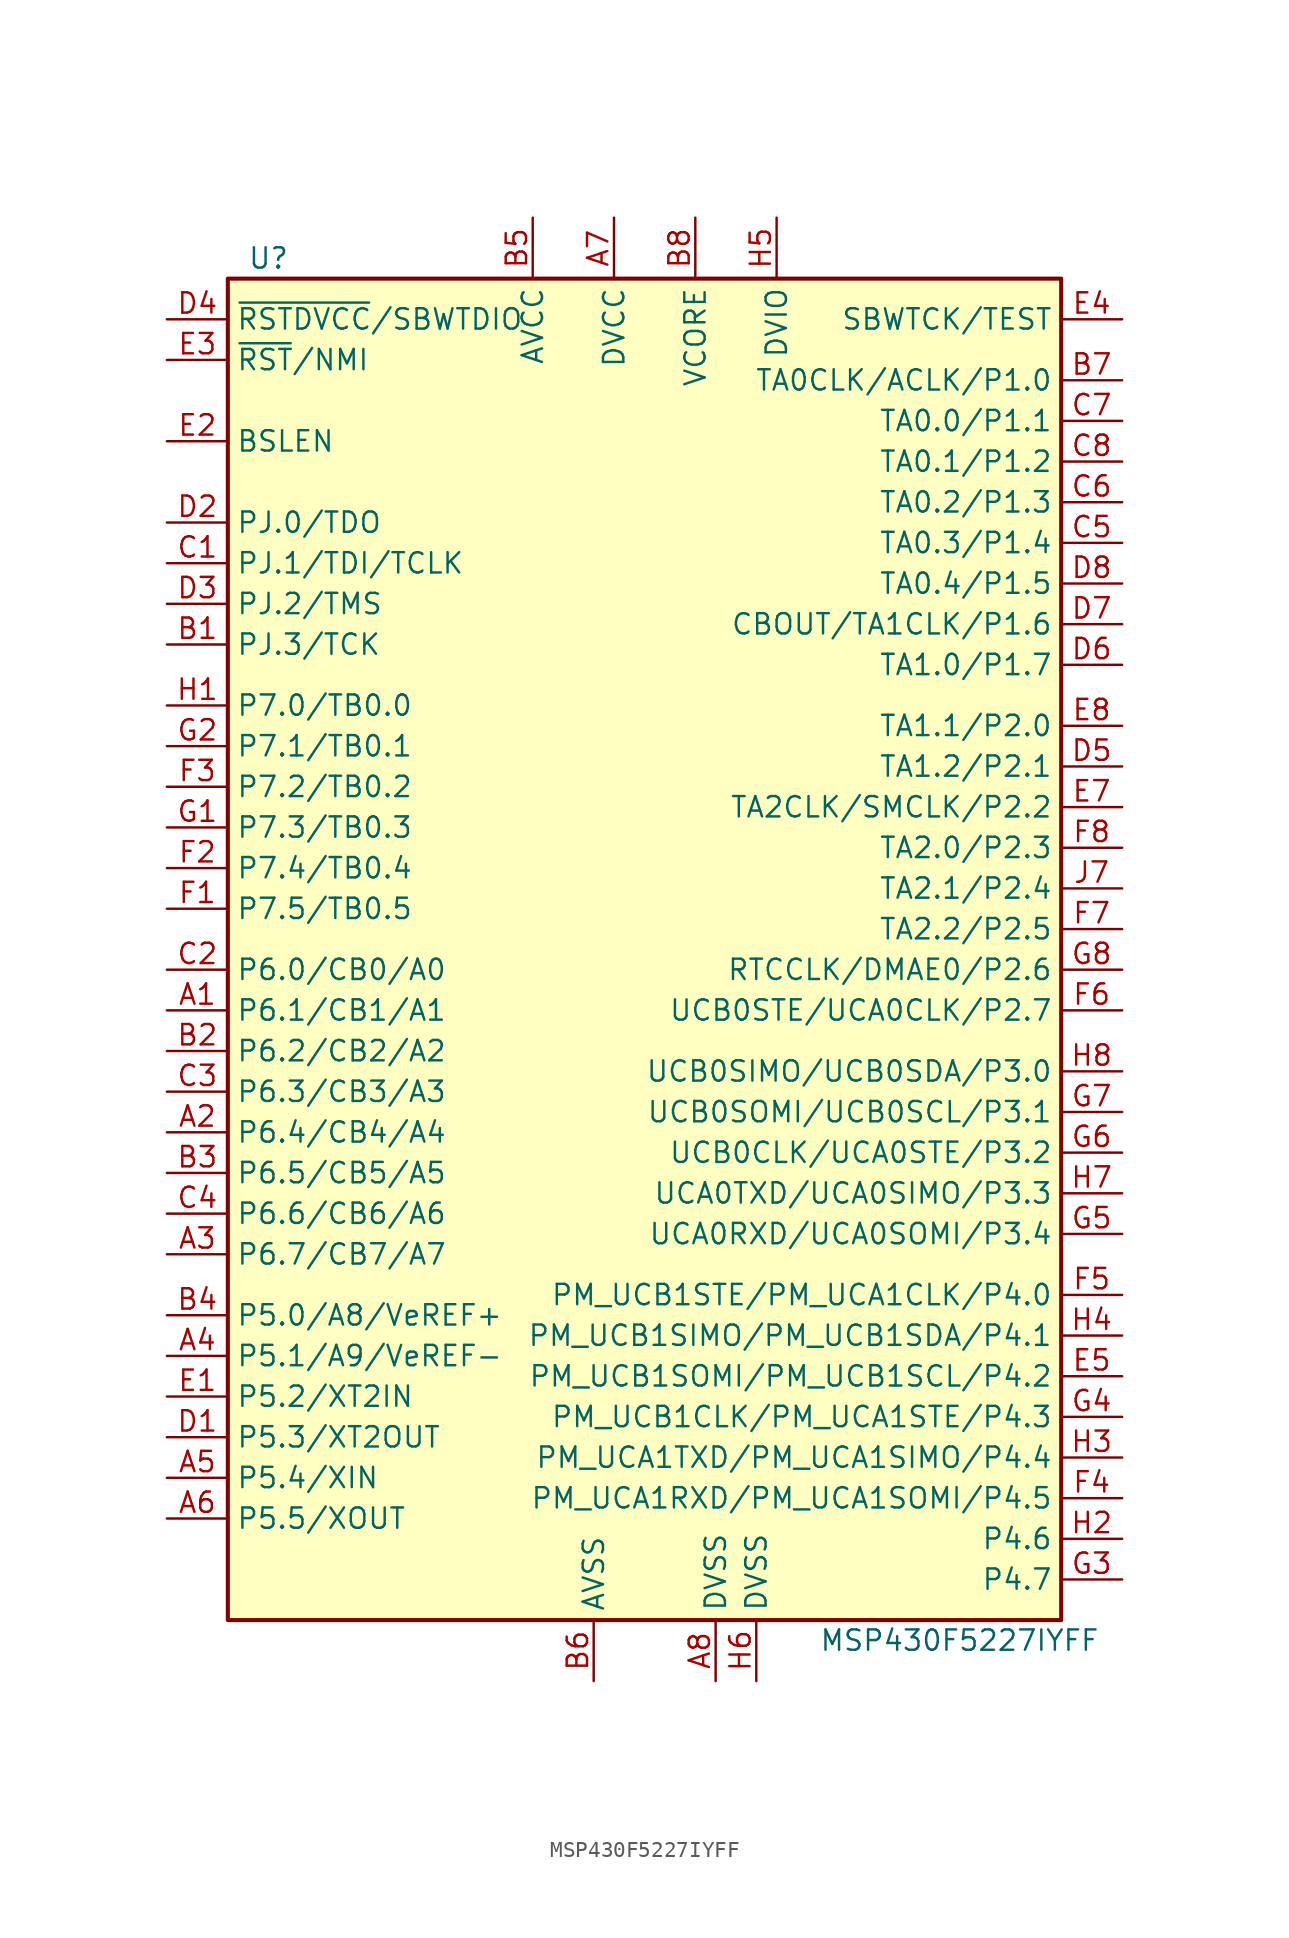
<source format=kicad_sym>
(kicad_symbol_lib
  (version 20220914)
  (generator kicad_symbol_editor)
  (symbol "MSP430F5227IYFF"
    (property "Reference" "U"
      (at -24.13 43.18 0)
      (effects (font (size 1.27 1.27))))
    (property "Value" "MSP430F5227IYFF"
      (at 19.05 -43.18 0)
      (effects (font (size 1.27 1.27))))
    (symbol "MSP430F5227IYFF_0_1"
      (rectangle (start -26.67 41.91) (end 25.4 -41.91) (stroke (width 0.254) (type default)) (fill (type background))))
    (symbol "MSP430F5227IYFF_1_1"
      (pin bidirectional line (at -30.48 -3.81 0) (length 3.81) (name "P6.1/CB1/A1" (effects (font (size 1.27 1.27)))) (number "A1" (effects (font (size 1.27 1.27)))))
      (pin bidirectional line (at -30.48 -11.43 0) (length 3.81) (name "P6.4/CB4/A4" (effects (font (size 1.27 1.27)))) (number "A2" (effects (font (size 1.27 1.27)))))
      (pin bidirectional line (at -30.48 -19.05 0) (length 3.81) (name "P6.7/CB7/A7" (effects (font (size 1.27 1.27)))) (number "A3" (effects (font (size 1.27 1.27)))))
      (pin bidirectional line (at -30.48 -25.4 0) (length 3.81) (name "P5.1/A9/VeREF-" (effects (font (size 1.27 1.27)))) (number "A4" (effects (font (size 1.27 1.27)))))
      (pin bidirectional line (at -30.48 -33.02 0) (length 3.81) (name "P5.4/XIN" (effects (font (size 1.27 1.27)))) (number "A5" (effects (font (size 1.27 1.27)))))
      (pin bidirectional line (at -30.48 -35.56 0) (length 3.81) (name "P5.5/XOUT" (effects (font (size 1.27 1.27)))) (number "A6" (effects (font (size 1.27 1.27)))))
      (pin power_in line (at -2.54 45.72 270) (length 3.81) (name "DVCC" (effects (font (size 1.27 1.27)))) (number "A7" (effects (font (size 1.27 1.27)))))
      (pin power_in line (at 3.81 -45.72 90) (length 3.81) (name "DVSS" (effects (font (size 1.27 1.27)))) (number "A8" (effects (font (size 1.27 1.27)))))
      (pin bidirectional line (at -30.48 19.05 0) (length 3.81) (name "PJ.3/TCK" (effects (font (size 1.27 1.27)))) (number "B1" (effects (font (size 1.27 1.27)))))
      (pin bidirectional line (at -30.48 -6.35 0) (length 3.81) (name "P6.2/CB2/A2" (effects (font (size 1.27 1.27)))) (number "B2" (effects (font (size 1.27 1.27)))))
      (pin bidirectional line (at -30.48 -13.97 0) (length 3.81) (name "P6.5/CB5/A5" (effects (font (size 1.27 1.27)))) (number "B3" (effects (font (size 1.27 1.27)))))
      (pin bidirectional line (at -30.48 -22.86 0) (length 3.81) (name "P5.0/A8/VeREF+" (effects (font (size 1.27 1.27)))) (number "B4" (effects (font (size 1.27 1.27)))))
      (pin power_in line (at -7.62 45.72 270) (length 3.81) (name "AVCC" (effects (font (size 1.27 1.27)))) (number "B5" (effects (font (size 1.27 1.27)))))
      (pin power_in line (at -3.81 -45.72 90) (length 3.81) (name "AVSS" (effects (font (size 1.27 1.27)))) (number "B6" (effects (font (size 1.27 1.27)))))
      (pin bidirectional line (at 29.21 35.56 180) (length 3.81) (name "TA0CLK/ACLK/P1.0" (effects (font (size 1.27 1.27)))) (number "B7" (effects (font (size 1.27 1.27)))))
      (pin power_in line (at 2.54 45.72 270) (length 3.81) (name "VCORE" (effects (font (size 1.27 1.27)))) (number "B8" (effects (font (size 1.27 1.27)))))
      (pin bidirectional line (at -30.48 24.13 0) (length 3.81) (name "PJ.1/TDI/TCLK" (effects (font (size 1.27 1.27)))) (number "C1" (effects (font (size 1.27 1.27)))))
      (pin bidirectional line (at -30.48 -1.27 0) (length 3.81) (name "P6.0/CB0/A0" (effects (font (size 1.27 1.27)))) (number "C2" (effects (font (size 1.27 1.27)))))
      (pin bidirectional line (at -30.48 -8.89 0) (length 3.81) (name "P6.3/CB3/A3" (effects (font (size 1.27 1.27)))) (number "C3" (effects (font (size 1.27 1.27)))))
      (pin bidirectional line (at -30.48 -16.51 0) (length 3.81) (name "P6.6/CB6/A6" (effects (font (size 1.27 1.27)))) (number "C4" (effects (font (size 1.27 1.27)))))
      (pin bidirectional line (at 29.21 25.4 180) (length 3.81) (name "TA0.3/P1.4" (effects (font (size 1.27 1.27)))) (number "C5" (effects (font (size 1.27 1.27)))))
      (pin bidirectional line (at 29.21 27.94 180) (length 3.81) (name "TA0.2/P1.3" (effects (font (size 1.27 1.27)))) (number "C6" (effects (font (size 1.27 1.27)))))
      (pin bidirectional line (at 29.21 33.02 180) (length 3.81) (name "TA0.0/P1.1" (effects (font (size 1.27 1.27)))) (number "C7" (effects (font (size 1.27 1.27)))))
      (pin bidirectional line (at 29.21 30.48 180) (length 3.81) (name "TA0.1/P1.2" (effects (font (size 1.27 1.27)))) (number "C8" (effects (font (size 1.27 1.27)))))
      (pin bidirectional line (at -30.48 -30.48 0) (length 3.81) (name "P5.3/XT2OUT" (effects (font (size 1.27 1.27)))) (number "D1" (effects (font (size 1.27 1.27)))))
      (pin bidirectional line (at -30.48 26.67 0) (length 3.81) (name "PJ.0/TDO" (effects (font (size 1.27 1.27)))) (number "D2" (effects (font (size 1.27 1.27)))))
      (pin bidirectional line (at -30.48 21.59 0) (length 3.81) (name "PJ.2/TMS" (effects (font (size 1.27 1.27)))) (number "D3" (effects (font (size 1.27 1.27)))))
      (pin bidirectional line (at -30.48 39.37 0) (length 3.81) (name "~{RSTDVCC}/SBWTDIO" (effects (font (size 1.27 1.27)))) (number "D4" (effects (font (size 1.27 1.27)))))
      (pin bidirectional line (at 29.21 11.43 180) (length 3.81) (name "TA1.2/P2.1" (effects (font (size 1.27 1.27)))) (number "D5" (effects (font (size 1.27 1.27)))))
      (pin bidirectional line (at 29.21 17.78 180) (length 3.81) (name "TA1.0/P1.7" (effects (font (size 1.27 1.27)))) (number "D6" (effects (font (size 1.27 1.27)))))
      (pin bidirectional line (at 29.21 20.32 180) (length 3.81) (name "CBOUT/TA1CLK/P1.6" (effects (font (size 1.27 1.27)))) (number "D7" (effects (font (size 1.27 1.27)))))
      (pin bidirectional line (at 29.21 22.86 180) (length 3.81) (name "TA0.4/P1.5" (effects (font (size 1.27 1.27)))) (number "D8" (effects (font (size 1.27 1.27)))))
      (pin bidirectional line (at -30.48 -27.94 0) (length 3.81) (name "P5.2/XT2IN" (effects (font (size 1.27 1.27)))) (number "E1" (effects (font (size 1.27 1.27)))))
      (pin bidirectional line (at -30.48 31.75 0) (length 3.81) (name "BSLEN" (effects (font (size 1.27 1.27)))) (number "E2" (effects (font (size 1.27 1.27)))))
      (pin input line (at -30.48 36.83 0) (length 3.81) (name "~{RST}/NMI" (effects (font (size 1.27 1.27)))) (number "E3" (effects (font (size 1.27 1.27)))))
      (pin input line (at 29.21 39.37 180) (length 3.81) (name "SBWTCK/TEST" (effects (font (size 1.27 1.27)))) (number "E4" (effects (font (size 1.27 1.27)))))
      (pin bidirectional line (at 29.21 -26.67 180) (length 3.81) (name "PM_UCB1SOMI/PM_UCB1SCL/P4.2" (effects (font (size 1.27 1.27)))) (number "E5" (effects (font (size 1.27 1.27)))))
      (pin bidirectional line (at 29.21 8.89 180) (length 3.81) (name "TA2CLK/SMCLK/P2.2" (effects (font (size 1.27 1.27)))) (number "E7" (effects (font (size 1.27 1.27)))))
      (pin bidirectional line (at 29.21 13.97 180) (length 3.81) (name "TA1.1/P2.0" (effects (font (size 1.27 1.27)))) (number "E8" (effects (font (size 1.27 1.27)))))
      (pin bidirectional line (at -30.48 2.54 0) (length 3.81) (name "P7.5/TB0.5" (effects (font (size 1.27 1.27)))) (number "F1" (effects (font (size 1.27 1.27)))))
      (pin bidirectional line (at -30.48 5.08 0) (length 3.81) (name "P7.4/TB0.4" (effects (font (size 1.27 1.27)))) (number "F2" (effects (font (size 1.27 1.27)))))
      (pin bidirectional line (at -30.48 10.16 0) (length 3.81) (name "P7.2/TB0.2" (effects (font (size 1.27 1.27)))) (number "F3" (effects (font (size 1.27 1.27)))))
      (pin bidirectional line (at 29.21 -34.29 180) (length 3.81) (name "PM_UCA1RXD/PM_UCA1SOMI/P4.5" (effects (font (size 1.27 1.27)))) (number "F4" (effects (font (size 1.27 1.27)))))
      (pin bidirectional line (at 29.21 -21.59 180) (length 3.81) (name "PM_UCB1STE/PM_UCA1CLK/P4.0" (effects (font (size 1.27 1.27)))) (number "F5" (effects (font (size 1.27 1.27)))))
      (pin bidirectional line (at 29.21 -3.81 180) (length 3.81) (name "UCB0STE/UCA0CLK/P2.7" (effects (font (size 1.27 1.27)))) (number "F6" (effects (font (size 1.27 1.27)))))
      (pin bidirectional line (at 29.21 1.27 180) (length 3.81) (name "TA2.2/P2.5" (effects (font (size 1.27 1.27)))) (number "F7" (effects (font (size 1.27 1.27)))))
      (pin bidirectional line (at 29.21 6.35 180) (length 3.81) (name "TA2.0/P2.3" (effects (font (size 1.27 1.27)))) (number "F8" (effects (font (size 1.27 1.27)))))
      (pin bidirectional line (at -30.48 7.62 0) (length 3.81) (name "P7.3/TB0.3" (effects (font (size 1.27 1.27)))) (number "G1" (effects (font (size 1.27 1.27)))))
      (pin bidirectional line (at -30.48 12.7 0) (length 3.81) (name "P7.1/TB0.1" (effects (font (size 1.27 1.27)))) (number "G2" (effects (font (size 1.27 1.27)))))
      (pin bidirectional line (at 29.21 -39.37 180) (length 3.81) (name "P4.7" (effects (font (size 1.27 1.27)))) (number "G3" (effects (font (size 1.27 1.27)))))
      (pin bidirectional line (at 29.21 -29.21 180) (length 3.81) (name "PM_UCB1CLK/PM_UCA1STE/P4.3" (effects (font (size 1.27 1.27)))) (number "G4" (effects (font (size 1.27 1.27)))))
      (pin bidirectional line (at 29.21 -17.78 180) (length 3.81) (name "UCA0RXD/UCA0SOMI/P3.4" (effects (font (size 1.27 1.27)))) (number "G5" (effects (font (size 1.27 1.27)))))
      (pin bidirectional line (at 29.21 -12.7 180) (length 3.81) (name "UCB0CLK/UCA0STE/P3.2" (effects (font (size 1.27 1.27)))) (number "G6" (effects (font (size 1.27 1.27)))))
      (pin bidirectional line (at 29.21 -10.16 180) (length 3.81) (name "UCB0SOMI/UCB0SCL/P3.1" (effects (font (size 1.27 1.27)))) (number "G7" (effects (font (size 1.27 1.27)))))
      (pin bidirectional line (at 29.21 -1.27 180) (length 3.81) (name "RTCCLK/DMAE0/P2.6" (effects (font (size 1.27 1.27)))) (number "G8" (effects (font (size 1.27 1.27)))))
      (pin bidirectional line (at -30.48 15.24 0) (length 3.81) (name "P7.0/TB0.0" (effects (font (size 1.27 1.27)))) (number "H1" (effects (font (size 1.27 1.27)))))
      (pin bidirectional line (at 29.21 -36.83 180) (length 3.81) (name "P4.6" (effects (font (size 1.27 1.27)))) (number "H2" (effects (font (size 1.27 1.27)))))
      (pin bidirectional line (at 29.21 -31.75 180) (length 3.81) (name "PM_UCA1TXD/PM_UCA1SIMO/P4.4" (effects (font (size 1.27 1.27)))) (number "H3" (effects (font (size 1.27 1.27)))))
      (pin bidirectional line (at 29.21 -24.13 180) (length 3.81) (name "PM_UCB1SIMO/PM_UCB1SDA/P4.1" (effects (font (size 1.27 1.27)))) (number "H4" (effects (font (size 1.27 1.27)))))
      (pin power_in line (at 7.62 45.72 270) (length 3.81) (name "DVIO" (effects (font (size 1.27 1.27)))) (number "H5" (effects (font (size 1.27 1.27)))))
      (pin power_in line (at 6.35 -45.72 90) (length 3.81) (name "DVSS" (effects (font (size 1.27 1.27)))) (number "H6" (effects (font (size 1.27 1.27)))))
      (pin bidirectional line (at 29.21 -15.24 180) (length 3.81) (name "UCA0TXD/UCA0SIMO/P3.3" (effects (font (size 1.27 1.27)))) (number "H7" (effects (font (size 1.27 1.27)))))
      (pin bidirectional line (at 29.21 -7.62 180) (length 3.81) (name "UCB0SIMO/UCB0SDA/P3.0" (effects (font (size 1.27 1.27)))) (number "H8" (effects (font (size 1.27 1.27)))))
      (pin bidirectional line (at 29.21 3.81 180) (length 3.81) (name "TA2.1/P2.4" (effects (font (size 1.27 1.27)))) (number "J7" (effects (font (size 1.27 1.27))))))))
</source>
